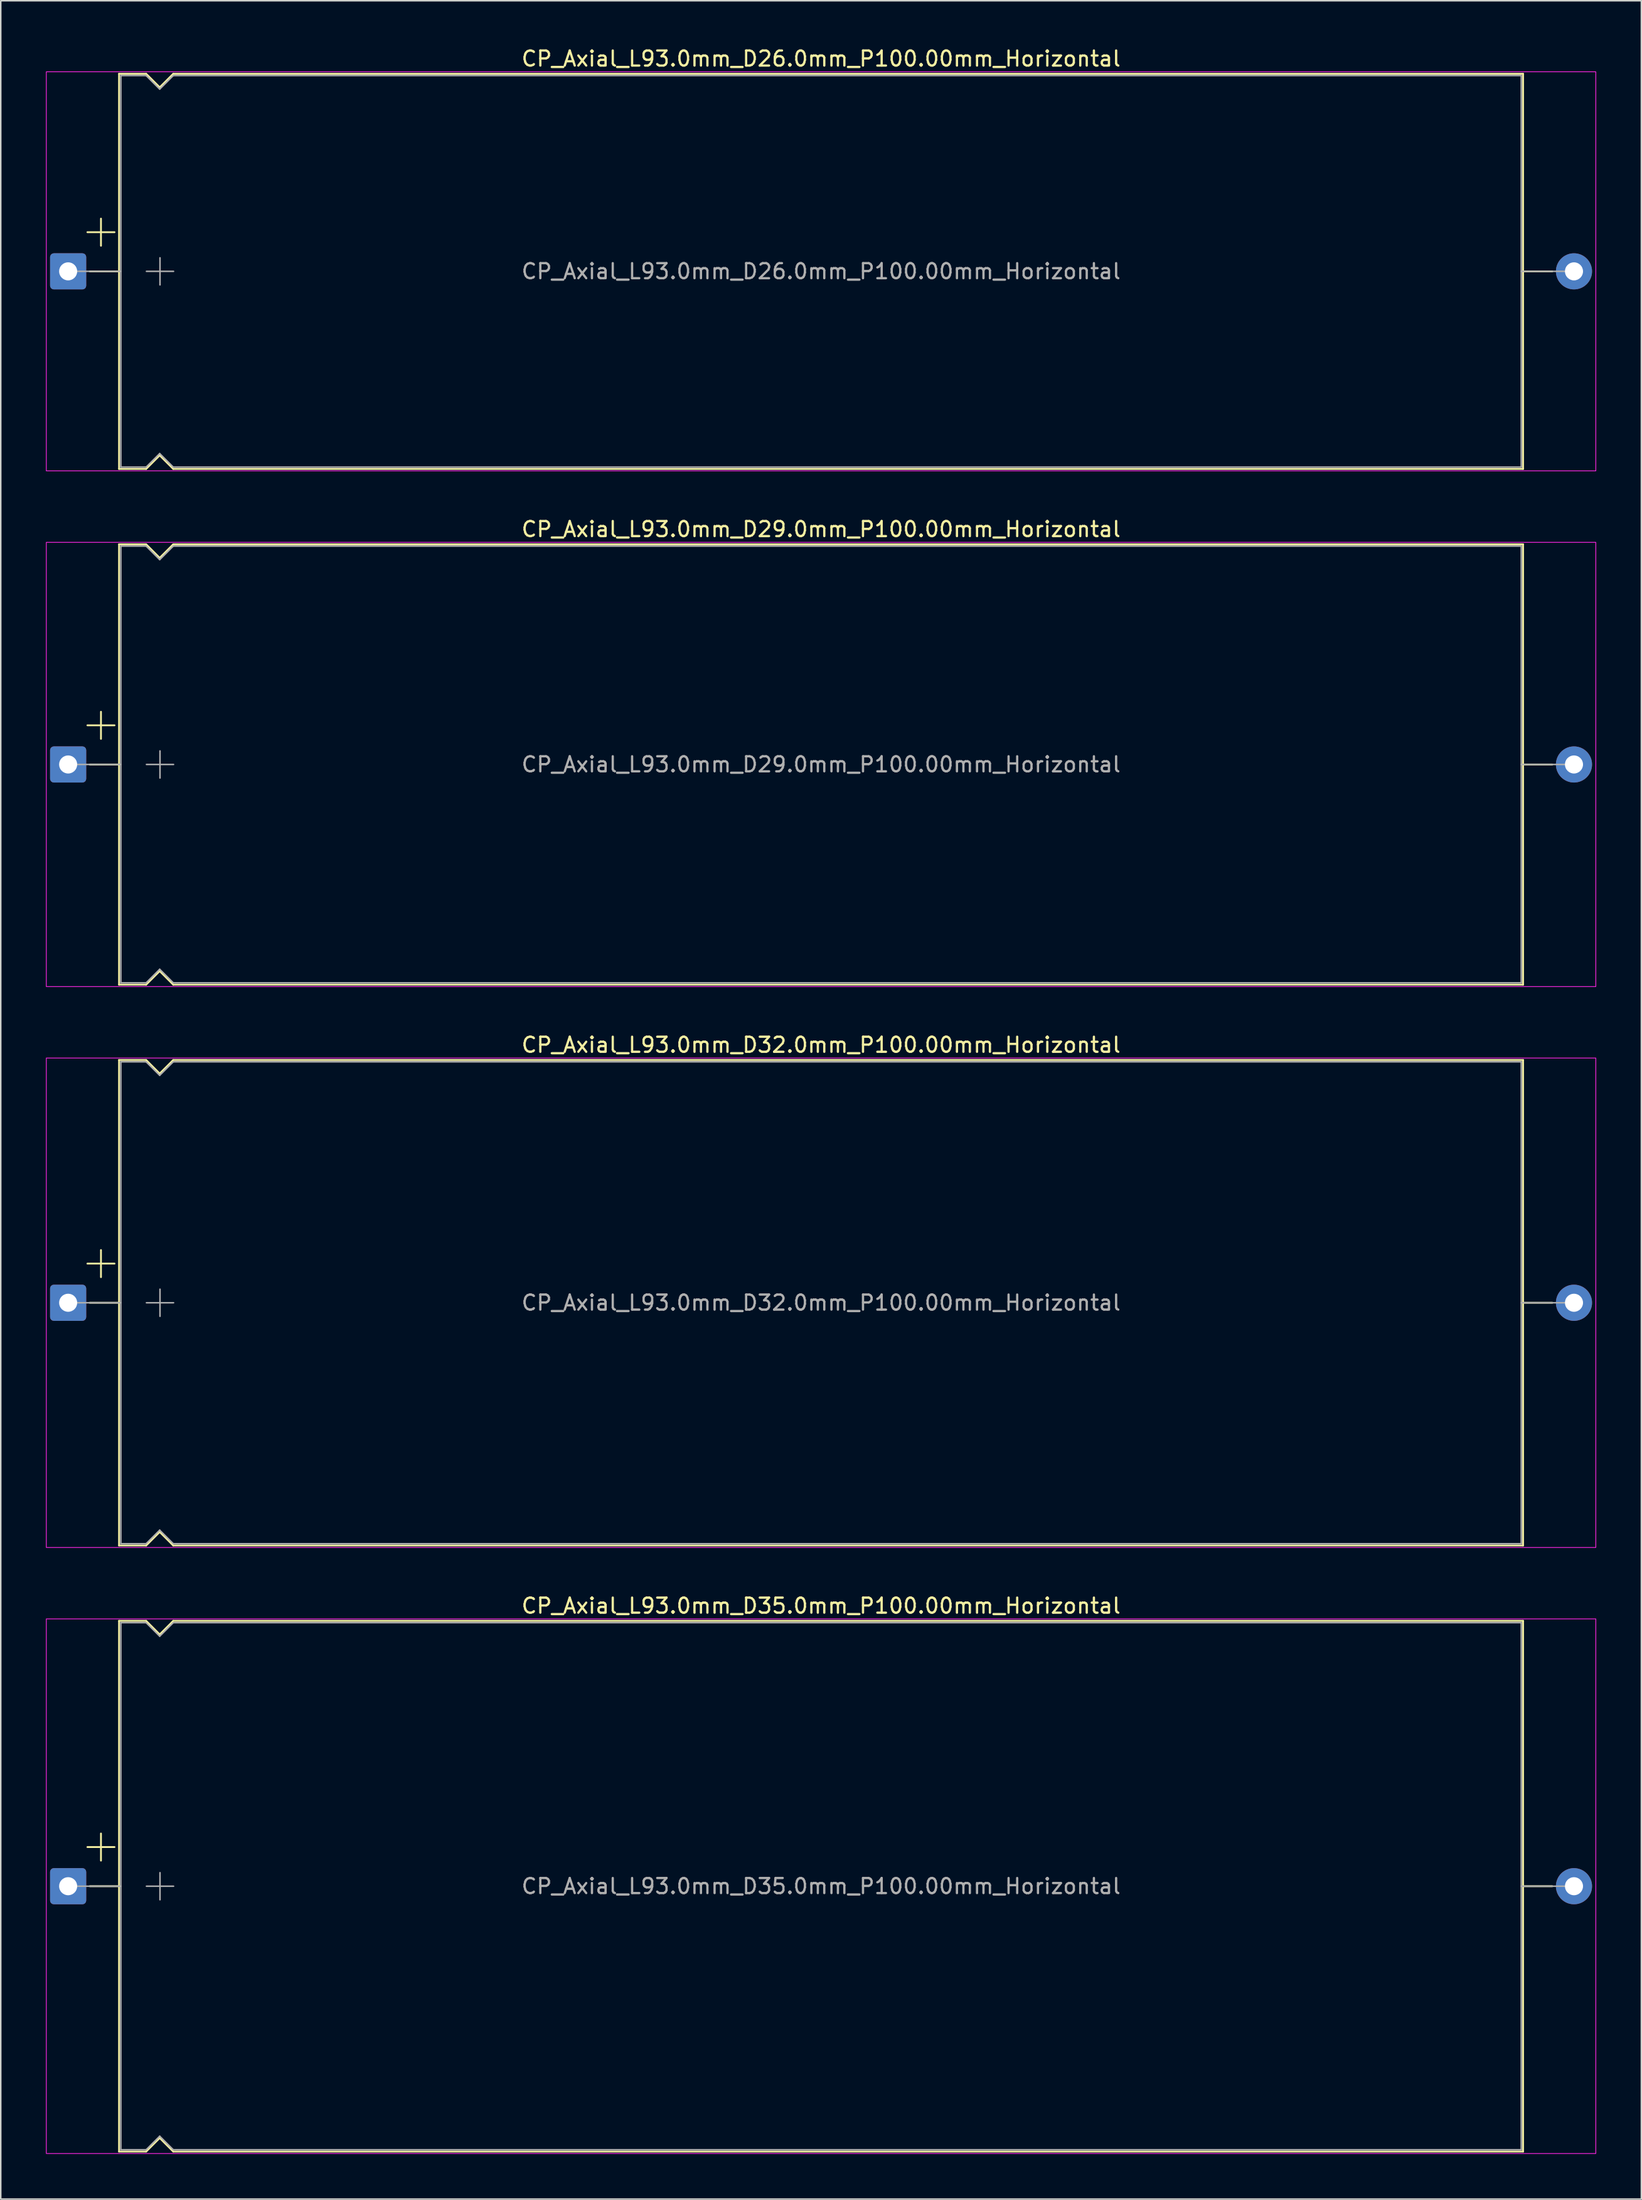
<source format=kicad_pcb>
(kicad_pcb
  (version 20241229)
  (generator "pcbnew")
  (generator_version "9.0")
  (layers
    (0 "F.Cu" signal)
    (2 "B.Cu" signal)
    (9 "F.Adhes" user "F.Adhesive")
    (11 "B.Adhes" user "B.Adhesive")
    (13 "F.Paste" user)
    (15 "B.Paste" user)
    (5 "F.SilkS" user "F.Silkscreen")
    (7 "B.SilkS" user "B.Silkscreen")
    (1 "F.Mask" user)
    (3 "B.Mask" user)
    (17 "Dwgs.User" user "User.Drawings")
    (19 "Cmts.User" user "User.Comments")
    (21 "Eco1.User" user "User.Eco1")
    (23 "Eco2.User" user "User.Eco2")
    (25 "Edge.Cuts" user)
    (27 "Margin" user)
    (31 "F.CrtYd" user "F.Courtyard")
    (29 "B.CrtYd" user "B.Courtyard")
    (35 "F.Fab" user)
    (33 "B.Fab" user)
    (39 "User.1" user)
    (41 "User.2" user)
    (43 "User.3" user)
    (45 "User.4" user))
  (footprint "CP_Axial_L93.0mm_D29.0mm_P100.00mm_Horizontal"
    (layer "F.Cu")
    (at 1.475 47.712)
    (property "Reference" "CP_Axial_L93.0mm_D29.0mm_P100.00mm_Horizontal" (at 50 -15.62 0) (layer "F.SilkS") (effects (font (size 1 1) (thickness 0.15))))
    (attr through_hole)
    (fp_line (start 1.28 -2.6) (end 3.08 -2.6) (stroke (width 0.12) (type solid)) (layer "F.SilkS"))
    (fp_line (start 1.44 0) (end 3.38 0) (stroke (width 0.12) (type solid)) (layer "F.SilkS"))
    (fp_line (start 2.18 -3.5) (end 2.18 -1.7) (stroke (width 0.12) (type solid)) (layer "F.SilkS"))
    (fp_line (start 3.38 -14.62) (end 3.38 14.62) (stroke (width 0.12) (type solid)) (layer "F.SilkS"))
    (fp_line (start 3.38 -14.62) (end 5.18 -14.62) (stroke (width 0.12) (type solid)) (layer "F.SilkS"))
    (fp_line (start 3.38 14.62) (end 5.18 14.62) (stroke (width 0.12) (type solid)) (layer "F.SilkS"))
    (fp_line (start 5.18 -14.62) (end 6.08 -13.72) (stroke (width 0.12) (type solid)) (layer "F.SilkS"))
    (fp_line (start 5.18 14.62) (end 6.08 13.72) (stroke (width 0.12) (type solid)) (layer "F.SilkS"))
    (fp_line (start 6.08 -13.72) (end 6.98 -14.62) (stroke (width 0.12) (type solid)) (layer "F.SilkS"))
    (fp_line (start 6.08 13.72) (end 6.98 14.62) (stroke (width 0.12) (type solid)) (layer "F.SilkS"))
    (fp_line (start 6.98 -14.62) (end 96.62 -14.62) (stroke (width 0.12) (type solid)) (layer "F.SilkS"))
    (fp_line (start 6.98 14.62) (end 96.62 14.62) (stroke (width 0.12) (type solid)) (layer "F.SilkS"))
    (fp_line (start 96.62 -14.62) (end 96.62 14.62) (stroke (width 0.12) (type solid)) (layer "F.SilkS"))
    (fp_line (start 98.56 0) (end 96.62 0) (stroke (width 0.12) (type solid)) (layer "F.SilkS"))
    (fp_rect (start -1.45 -14.75) (end 101.45 14.75) (stroke (width 0.05) (type solid)) (fill no) (layer "F.CrtYd"))
    (fp_line (start 0 0) (end 3.5 0) (stroke (width 0.1) (type solid)) (layer "F.Fab"))
    (fp_line (start 3.5 -14.5) (end 3.5 14.5) (stroke (width 0.1) (type solid)) (layer "F.Fab"))
    (fp_line (start 3.5 -14.5) (end 5.18 -14.5) (stroke (width 0.1) (type solid)) (layer "F.Fab"))
    (fp_line (start 3.5 14.5) (end 5.18 14.5) (stroke (width 0.1) (type solid)) (layer "F.Fab"))
    (fp_line (start 5.18 -14.5) (end 6.08 -13.6) (stroke (width 0.1) (type solid)) (layer "F.Fab"))
    (fp_line (start 5.18 14.5) (end 6.08 13.6) (stroke (width 0.1) (type solid)) (layer "F.Fab"))
    (fp_line (start 5.2 0) (end 7 0) (stroke (width 0.1) (type solid)) (layer "F.Fab"))
    (fp_line (start 6.08 -13.6) (end 6.98 -14.5) (stroke (width 0.1) (type solid)) (layer "F.Fab"))
    (fp_line (start 6.08 13.6) (end 6.98 14.5) (stroke (width 0.1) (type solid)) (layer "F.Fab"))
    (fp_line (start 6.1 -0.9) (end 6.1 0.9) (stroke (width 0.1) (type solid)) (layer "F.Fab"))
    (fp_line (start 6.98 -14.5) (end 96.5 -14.5) (stroke (width 0.1) (type solid)) (layer "F.Fab"))
    (fp_line (start 6.98 14.5) (end 96.5 14.5) (stroke (width 0.1) (type solid)) (layer "F.Fab"))
    (fp_line (start 96.5 -14.5) (end 96.5 14.5) (stroke (width 0.1) (type solid)) (layer "F.Fab"))
    (fp_line (start 100 0) (end 96.5 0) (stroke (width 0.1) (type solid)) (layer "F.Fab"))
    (fp_text user "${REFERENCE}" (at 50 0 0) (layer "F.Fab") (effects (font (size 1 1) (thickness 0.15))))
    (pad "1" thru_hole roundrect (at 0 0) (size 2.4 2.4) (drill 1.2) (layers "*.Cu" "*.Mask") (roundrect_rratio 0.104))
    (pad "2" thru_hole circle (at 100 0) (size 2.4 2.4) (drill 1.2) (layers "*.Cu" "*.Mask")))
  (footprint "CP_Axial_L93.0mm_D35.0mm_P100.00mm_Horizontal"
    (layer "F.Cu")
    (at 1.475 122.198)
    (property "Reference" "CP_Axial_L93.0mm_D35.0mm_P100.00mm_Horizontal" (at 50 -18.62 0) (layer "F.SilkS") (effects (font (size 1 1) (thickness 0.15))))
    (attr through_hole)
    (fp_line (start 1.28 -2.6) (end 3.08 -2.6) (stroke (width 0.12) (type solid)) (layer "F.SilkS"))
    (fp_line (start 1.44 0) (end 3.38 0) (stroke (width 0.12) (type solid)) (layer "F.SilkS"))
    (fp_line (start 2.18 -3.5) (end 2.18 -1.7) (stroke (width 0.12) (type solid)) (layer "F.SilkS"))
    (fp_line (start 3.38 -17.62) (end 3.38 17.62) (stroke (width 0.12) (type solid)) (layer "F.SilkS"))
    (fp_line (start 3.38 -17.62) (end 5.18 -17.62) (stroke (width 0.12) (type solid)) (layer "F.SilkS"))
    (fp_line (start 3.38 17.62) (end 5.18 17.62) (stroke (width 0.12) (type solid)) (layer "F.SilkS"))
    (fp_line (start 5.18 -17.62) (end 6.08 -16.72) (stroke (width 0.12) (type solid)) (layer "F.SilkS"))
    (fp_line (start 5.18 17.62) (end 6.08 16.72) (stroke (width 0.12) (type solid)) (layer "F.SilkS"))
    (fp_line (start 6.08 -16.72) (end 6.98 -17.62) (stroke (width 0.12) (type solid)) (layer "F.SilkS"))
    (fp_line (start 6.08 16.72) (end 6.98 17.62) (stroke (width 0.12) (type solid)) (layer "F.SilkS"))
    (fp_line (start 6.98 -17.62) (end 96.62 -17.62) (stroke (width 0.12) (type solid)) (layer "F.SilkS"))
    (fp_line (start 6.98 17.62) (end 96.62 17.62) (stroke (width 0.12) (type solid)) (layer "F.SilkS"))
    (fp_line (start 96.62 -17.62) (end 96.62 17.62) (stroke (width 0.12) (type solid)) (layer "F.SilkS"))
    (fp_line (start 98.56 0) (end 96.62 0) (stroke (width 0.12) (type solid)) (layer "F.SilkS"))
    (fp_rect (start -1.45 -17.75) (end 101.45 17.75) (stroke (width 0.05) (type solid)) (fill no) (layer "F.CrtYd"))
    (fp_line (start 0 0) (end 3.5 0) (stroke (width 0.1) (type solid)) (layer "F.Fab"))
    (fp_line (start 3.5 -17.5) (end 3.5 17.5) (stroke (width 0.1) (type solid)) (layer "F.Fab"))
    (fp_line (start 3.5 -17.5) (end 5.18 -17.5) (stroke (width 0.1) (type solid)) (layer "F.Fab"))
    (fp_line (start 3.5 17.5) (end 5.18 17.5) (stroke (width 0.1) (type solid)) (layer "F.Fab"))
    (fp_line (start 5.18 -17.5) (end 6.08 -16.6) (stroke (width 0.1) (type solid)) (layer "F.Fab"))
    (fp_line (start 5.18 17.5) (end 6.08 16.6) (stroke (width 0.1) (type solid)) (layer "F.Fab"))
    (fp_line (start 5.2 0) (end 7 0) (stroke (width 0.1) (type solid)) (layer "F.Fab"))
    (fp_line (start 6.08 -16.6) (end 6.98 -17.5) (stroke (width 0.1) (type solid)) (layer "F.Fab"))
    (fp_line (start 6.08 16.6) (end 6.98 17.5) (stroke (width 0.1) (type solid)) (layer "F.Fab"))
    (fp_line (start 6.1 -0.9) (end 6.1 0.9) (stroke (width 0.1) (type solid)) (layer "F.Fab"))
    (fp_line (start 6.98 -17.5) (end 96.5 -17.5) (stroke (width 0.1) (type solid)) (layer "F.Fab"))
    (fp_line (start 6.98 17.5) (end 96.5 17.5) (stroke (width 0.1) (type solid)) (layer "F.Fab"))
    (fp_line (start 96.5 -17.5) (end 96.5 17.5) (stroke (width 0.1) (type solid)) (layer "F.Fab"))
    (fp_line (start 100 0) (end 96.5 0) (stroke (width 0.1) (type solid)) (layer "F.Fab"))
    (fp_text user "${REFERENCE}" (at 50 0 0) (layer "F.Fab") (effects (font (size 1 1) (thickness 0.15))))
    (pad "1" thru_hole roundrect (at 0 0) (size 2.4 2.4) (drill 1.2) (layers "*.Cu" "*.Mask") (roundrect_rratio 0.104))
    (pad "2" thru_hole circle (at 100 0) (size 2.4 2.4) (drill 1.2) (layers "*.Cu" "*.Mask")))
  (footprint "CP_Axial_L93.0mm_D32.0mm_P100.00mm_Horizontal"
    (layer "F.Cu")
    (at 1.475 83.455)
    (property "Reference" "CP_Axial_L93.0mm_D32.0mm_P100.00mm_Horizontal" (at 50 -17.12 0) (layer "F.SilkS") (effects (font (size 1 1) (thickness 0.15))))
    (attr through_hole)
    (fp_line (start 1.28 -2.6) (end 3.08 -2.6) (stroke (width 0.12) (type solid)) (layer "F.SilkS"))
    (fp_line (start 1.44 0) (end 3.38 0) (stroke (width 0.12) (type solid)) (layer "F.SilkS"))
    (fp_line (start 2.18 -3.5) (end 2.18 -1.7) (stroke (width 0.12) (type solid)) (layer "F.SilkS"))
    (fp_line (start 3.38 -16.12) (end 3.38 16.12) (stroke (width 0.12) (type solid)) (layer "F.SilkS"))
    (fp_line (start 3.38 -16.12) (end 5.18 -16.12) (stroke (width 0.12) (type solid)) (layer "F.SilkS"))
    (fp_line (start 3.38 16.12) (end 5.18 16.12) (stroke (width 0.12) (type solid)) (layer "F.SilkS"))
    (fp_line (start 5.18 -16.12) (end 6.08 -15.22) (stroke (width 0.12) (type solid)) (layer "F.SilkS"))
    (fp_line (start 5.18 16.12) (end 6.08 15.22) (stroke (width 0.12) (type solid)) (layer "F.SilkS"))
    (fp_line (start 6.08 -15.22) (end 6.98 -16.12) (stroke (width 0.12) (type solid)) (layer "F.SilkS"))
    (fp_line (start 6.08 15.22) (end 6.98 16.12) (stroke (width 0.12) (type solid)) (layer "F.SilkS"))
    (fp_line (start 6.98 -16.12) (end 96.62 -16.12) (stroke (width 0.12) (type solid)) (layer "F.SilkS"))
    (fp_line (start 6.98 16.12) (end 96.62 16.12) (stroke (width 0.12) (type solid)) (layer "F.SilkS"))
    (fp_line (start 96.62 -16.12) (end 96.62 16.12) (stroke (width 0.12) (type solid)) (layer "F.SilkS"))
    (fp_line (start 98.56 0) (end 96.62 0) (stroke (width 0.12) (type solid)) (layer "F.SilkS"))
    (fp_rect (start -1.45 -16.25) (end 101.45 16.25) (stroke (width 0.05) (type solid)) (fill no) (layer "F.CrtYd"))
    (fp_line (start 0 0) (end 3.5 0) (stroke (width 0.1) (type solid)) (layer "F.Fab"))
    (fp_line (start 3.5 -16) (end 3.5 16) (stroke (width 0.1) (type solid)) (layer "F.Fab"))
    (fp_line (start 3.5 -16) (end 5.18 -16) (stroke (width 0.1) (type solid)) (layer "F.Fab"))
    (fp_line (start 3.5 16) (end 5.18 16) (stroke (width 0.1) (type solid)) (layer "F.Fab"))
    (fp_line (start 5.18 -16) (end 6.08 -15.1) (stroke (width 0.1) (type solid)) (layer "F.Fab"))
    (fp_line (start 5.18 16) (end 6.08 15.1) (stroke (width 0.1) (type solid)) (layer "F.Fab"))
    (fp_line (start 5.2 0) (end 7 0) (stroke (width 0.1) (type solid)) (layer "F.Fab"))
    (fp_line (start 6.08 -15.1) (end 6.98 -16) (stroke (width 0.1) (type solid)) (layer "F.Fab"))
    (fp_line (start 6.08 15.1) (end 6.98 16) (stroke (width 0.1) (type solid)) (layer "F.Fab"))
    (fp_line (start 6.1 -0.9) (end 6.1 0.9) (stroke (width 0.1) (type solid)) (layer "F.Fab"))
    (fp_line (start 6.98 -16) (end 96.5 -16) (stroke (width 0.1) (type solid)) (layer "F.Fab"))
    (fp_line (start 6.98 16) (end 96.5 16) (stroke (width 0.1) (type solid)) (layer "F.Fab"))
    (fp_line (start 96.5 -16) (end 96.5 16) (stroke (width 0.1) (type solid)) (layer "F.Fab"))
    (fp_line (start 100 0) (end 96.5 0) (stroke (width 0.1) (type solid)) (layer "F.Fab"))
    (fp_text user "${REFERENCE}" (at 50 0 0) (layer "F.Fab") (effects (font (size 1 1) (thickness 0.15))))
    (pad "1" thru_hole roundrect (at 0 0) (size 2.4 2.4) (drill 1.2) (layers "*.Cu" "*.Mask") (roundrect_rratio 0.104))
    (pad "2" thru_hole circle (at 100 0) (size 2.4 2.4) (drill 1.2) (layers "*.Cu" "*.Mask")))
  (footprint "CP_Axial_L93.0mm_D26.0mm_P100.00mm_Horizontal"
    (layer "F.Cu")
    (at 1.475 14.968)
    (property "Reference" "CP_Axial_L93.0mm_D26.0mm_P100.00mm_Horizontal" (at 50 -14.12 0) (layer "F.SilkS") (effects (font (size 1 1) (thickness 0.15))))
    (attr through_hole)
    (fp_line (start 1.28 -2.6) (end 3.08 -2.6) (stroke (width 0.12) (type solid)) (layer "F.SilkS"))
    (fp_line (start 1.44 0) (end 3.38 0) (stroke (width 0.12) (type solid)) (layer "F.SilkS"))
    (fp_line (start 2.18 -3.5) (end 2.18 -1.7) (stroke (width 0.12) (type solid)) (layer "F.SilkS"))
    (fp_line (start 3.38 -13.12) (end 3.38 13.12) (stroke (width 0.12) (type solid)) (layer "F.SilkS"))
    (fp_line (start 3.38 -13.12) (end 5.18 -13.12) (stroke (width 0.12) (type solid)) (layer "F.SilkS"))
    (fp_line (start 3.38 13.12) (end 5.18 13.12) (stroke (width 0.12) (type solid)) (layer "F.SilkS"))
    (fp_line (start 5.18 -13.12) (end 6.08 -12.22) (stroke (width 0.12) (type solid)) (layer "F.SilkS"))
    (fp_line (start 5.18 13.12) (end 6.08 12.22) (stroke (width 0.12) (type solid)) (layer "F.SilkS"))
    (fp_line (start 6.08 -12.22) (end 6.98 -13.12) (stroke (width 0.12) (type solid)) (layer "F.SilkS"))
    (fp_line (start 6.08 12.22) (end 6.98 13.12) (stroke (width 0.12) (type solid)) (layer "F.SilkS"))
    (fp_line (start 6.98 -13.12) (end 96.62 -13.12) (stroke (width 0.12) (type solid)) (layer "F.SilkS"))
    (fp_line (start 6.98 13.12) (end 96.62 13.12) (stroke (width 0.12) (type solid)) (layer "F.SilkS"))
    (fp_line (start 96.62 -13.12) (end 96.62 13.12) (stroke (width 0.12) (type solid)) (layer "F.SilkS"))
    (fp_line (start 98.56 0) (end 96.62 0) (stroke (width 0.12) (type solid)) (layer "F.SilkS"))
    (fp_rect (start -1.45 -13.25) (end 101.45 13.25) (stroke (width 0.05) (type solid)) (fill no) (layer "F.CrtYd"))
    (fp_line (start 0 0) (end 3.5 0) (stroke (width 0.1) (type solid)) (layer "F.Fab"))
    (fp_line (start 3.5 -13) (end 3.5 13) (stroke (width 0.1) (type solid)) (layer "F.Fab"))
    (fp_line (start 3.5 -13) (end 5.18 -13) (stroke (width 0.1) (type solid)) (layer "F.Fab"))
    (fp_line (start 3.5 13) (end 5.18 13) (stroke (width 0.1) (type solid)) (layer "F.Fab"))
    (fp_line (start 5.18 -13) (end 6.08 -12.1) (stroke (width 0.1) (type solid)) (layer "F.Fab"))
    (fp_line (start 5.18 13) (end 6.08 12.1) (stroke (width 0.1) (type solid)) (layer "F.Fab"))
    (fp_line (start 5.2 0) (end 7 0) (stroke (width 0.1) (type solid)) (layer "F.Fab"))
    (fp_line (start 6.08 -12.1) (end 6.98 -13) (stroke (width 0.1) (type solid)) (layer "F.Fab"))
    (fp_line (start 6.08 12.1) (end 6.98 13) (stroke (width 0.1) (type solid)) (layer "F.Fab"))
    (fp_line (start 6.1 -0.9) (end 6.1 0.9) (stroke (width 0.1) (type solid)) (layer "F.Fab"))
    (fp_line (start 6.98 -13) (end 96.5 -13) (stroke (width 0.1) (type solid)) (layer "F.Fab"))
    (fp_line (start 6.98 13) (end 96.5 13) (stroke (width 0.1) (type solid)) (layer "F.Fab"))
    (fp_line (start 96.5 -13) (end 96.5 13) (stroke (width 0.1) (type solid)) (layer "F.Fab"))
    (fp_line (start 100 0) (end 96.5 0) (stroke (width 0.1) (type solid)) (layer "F.Fab"))
    (fp_text user "${REFERENCE}" (at 50 0 0) (layer "F.Fab") (effects (font (size 1 1) (thickness 0.15))))
    (pad "1" thru_hole roundrect (at 0 0) (size 2.4 2.4) (drill 1.2) (layers "*.Cu" "*.Mask") (roundrect_rratio 0.104))
    (pad "2" thru_hole circle (at 100 0) (size 2.4 2.4) (drill 1.2) (layers "*.Cu" "*.Mask")))
  (gr_rect
    (start -3 -3)
    (end 105.95 142.973)
    (stroke (width 0.1) (type default))
    (fill no)
    (layer "Edge.Cuts")))
</source>
